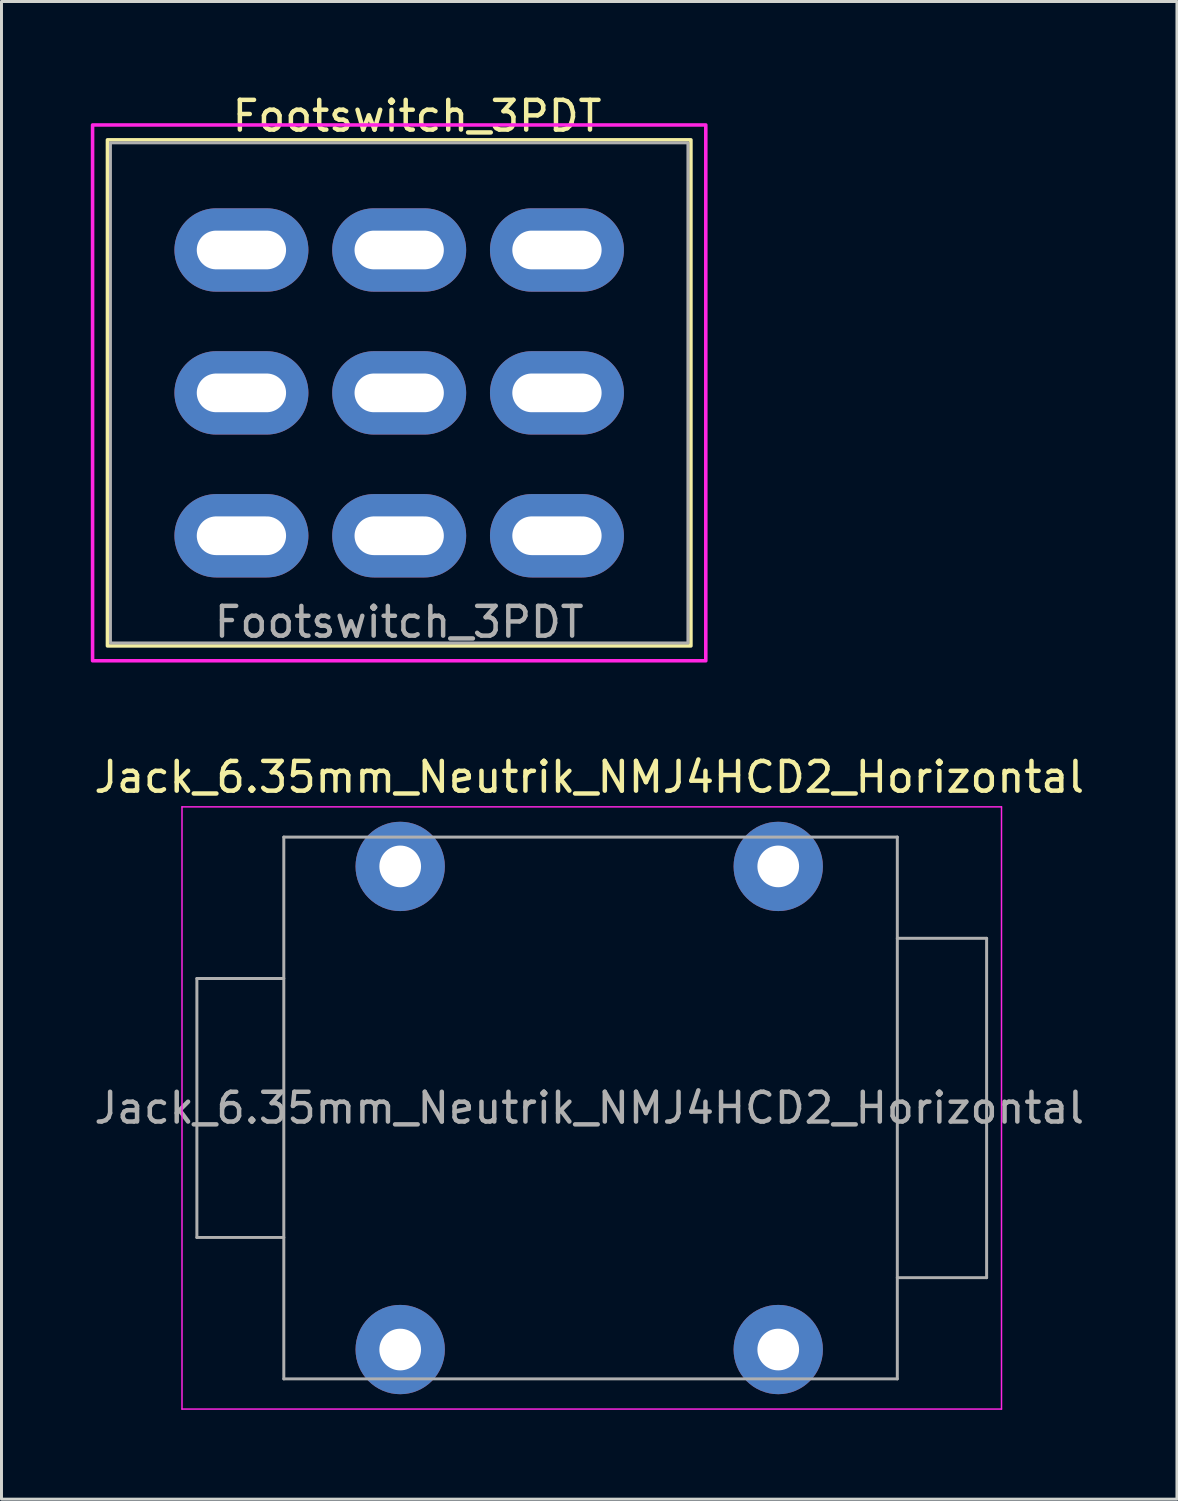
<source format=kicad_pcb>
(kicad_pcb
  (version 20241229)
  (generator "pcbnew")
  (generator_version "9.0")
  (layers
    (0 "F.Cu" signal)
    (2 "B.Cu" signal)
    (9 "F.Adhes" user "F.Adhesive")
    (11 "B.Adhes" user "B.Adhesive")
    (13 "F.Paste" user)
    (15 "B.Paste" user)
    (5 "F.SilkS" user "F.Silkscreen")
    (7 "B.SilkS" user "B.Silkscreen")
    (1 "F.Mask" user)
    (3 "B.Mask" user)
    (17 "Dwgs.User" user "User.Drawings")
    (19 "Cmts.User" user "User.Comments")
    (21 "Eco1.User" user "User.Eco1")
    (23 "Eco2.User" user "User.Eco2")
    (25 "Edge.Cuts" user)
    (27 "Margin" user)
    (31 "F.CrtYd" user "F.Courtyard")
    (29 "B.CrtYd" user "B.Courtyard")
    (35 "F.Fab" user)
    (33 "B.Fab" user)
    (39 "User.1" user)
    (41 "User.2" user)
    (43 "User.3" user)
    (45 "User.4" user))
  (footprint "Footswitch_3PDT"
    (layer "F.Cu")
    (at 5.06 5.348)
    (property "Reference" "Footswitch_3PDT" (at 5.9 -4.5 0) (layer "F.SilkS") (effects (font (size 1 1) (thickness 0.15))))
    (attr through_hole)
    (fp_rect (start -4.5 -3.7) (end 15.1 13.3) (stroke (width 0.12) (type default)) (fill no) (layer "F.SilkS"))
    (fp_rect (start -5 -4.2) (end 15.6 13.8) (stroke (width 0.12) (type default)) (fill no) (layer "F.CrtYd"))
    (fp_rect (start -4.4 -3.6) (end 15 13.2) (stroke (width 0.1) (type default)) (fill no) (layer "F.Fab"))
    (fp_text user "${REFERENCE}" (at 5.3 12.5 0) (layer "F.Fab") (effects (font (size 1 1) (thickness 0.15))))
    (pad "1" thru_hole oval (at 0 9.6) (size 4.5 2.8) (drill oval 3 1.3) (layers "*.Cu" "*.Mask"))
    (pad "2" thru_hole oval (at 0 4.8) (size 4.5 2.8) (drill oval 3 1.3) (layers "*.Cu" "*.Mask"))
    (pad "3" thru_hole oval (at 0 0) (size 4.5 2.8) (drill oval 3 1.3) (layers "*.Cu" "*.Mask"))
    (pad "4" thru_hole oval (at 5.3 9.6) (size 4.5 2.8) (drill oval 3 1.3) (layers "*.Cu" "*.Mask"))
    (pad "5" thru_hole oval (at 5.3 4.8) (size 4.5 2.8) (drill oval 3 1.3) (layers "*.Cu" "*.Mask"))
    (pad "6" thru_hole oval (at 5.3 0) (size 4.5 2.8) (drill oval 3 1.3) (layers "*.Cu" "*.Mask"))
    (pad "7" thru_hole oval (at 10.6 9.6) (size 4.5 2.8) (drill oval 3 1.3) (layers "*.Cu" "*.Mask"))
    (pad "8" thru_hole oval (at 10.6 4.8) (size 4.5 2.8) (drill oval 3 1.3) (layers "*.Cu" "*.Mask"))
    (pad "9" thru_hole oval (at 10.6 0) (size 4.5 2.8) (drill oval 3 1.3) (layers "*.Cu" "*.Mask")))
  (footprint "Jack_6.35mm_Neutrik_NMJ4HCD2_Horizontal"
    (layer "F.Cu")
    (at 10.394 26.056)
    (property "Reference" "Jack_6.35mm_Neutrik_NMJ4HCD2_Horizontal" (at 6.35 -3 0) (layer "F.SilkS") (effects (font (size 1 1) (thickness 0.15))))
    (attr through_hole)
    (fp_line (start -7.33 18.23) (end -7.33 -2) (stroke (width 0.05) (type solid)) (layer "F.CrtYd"))
    (fp_line (start -7.33 18.23) (end 20.2 18.23) (stroke (width 0.05) (type solid)) (layer "F.CrtYd"))
    (fp_line (start 20.2 -2) (end -7.33 -2) (stroke (width 0.05) (type solid)) (layer "F.CrtYd"))
    (fp_line (start 20.2 18.23) (end 20.2 -2) (stroke (width 0.05) (type solid)) (layer "F.CrtYd"))
    (fp_line (start -6.83 3.765) (end -3.91 3.765) (stroke (width 0.1) (type solid)) (layer "F.Fab"))
    (fp_line (start -6.83 12.465) (end -6.83 3.765) (stroke (width 0.1) (type solid)) (layer "F.Fab"))
    (fp_line (start -6.83 12.465) (end -3.91 12.465) (stroke (width 0.1) (type solid)) (layer "F.Fab"))
    (fp_line (start -3.91 17.215) (end -3.91 -0.985) (stroke (width 0.1) (type solid)) (layer "F.Fab"))
    (fp_line (start 16.7 -0.985) (end -3.91 -0.985) (stroke (width 0.1) (type solid)) (layer "F.Fab"))
    (fp_line (start 16.7 17.215) (end -3.91 17.215) (stroke (width 0.1) (type solid)) (layer "F.Fab"))
    (fp_line (start 16.7 17.215) (end 16.7 -0.985) (stroke (width 0.1) (type solid)) (layer "F.Fab"))
    (fp_line (start 19.7 2.415) (end 16.7 2.415) (stroke (width 0.1) (type solid)) (layer "F.Fab"))
    (fp_line (start 19.7 13.815) (end 16.7 13.815) (stroke (width 0.1) (type solid)) (layer "F.Fab"))
    (fp_line (start 19.7 13.815) (end 19.7 2.415) (stroke (width 0.1) (type solid)) (layer "F.Fab"))
    (fp_text user "${REFERENCE}" (at 6.35 8.115 0) (layer "F.Fab") (effects (font (size 1 1) (thickness 0.15))))
    (pad "S" thru_hole circle (at 12.7 0) (size 3 3) (drill 1.4) (layers "*.Cu" "*.Mask"))
    (pad "SN" thru_hole circle (at 12.7 16.23) (size 3 3) (drill 1.4) (layers "*.Cu" "*.Mask"))
    (pad "T" thru_hole circle (at 0 0) (size 3 3) (drill 1.4) (layers "*.Cu" "*.Mask"))
    (pad "TN" thru_hole circle (at 0 16.23) (size 3 3) (drill 1.4) (layers "*.Cu" "*.Mask")))
  (gr_rect
    (start -3 -3)
    (end 36.488 47.312)
    (stroke (width 0.1) (type default))
    (fill no)
    (layer "Edge.Cuts")))
</source>
